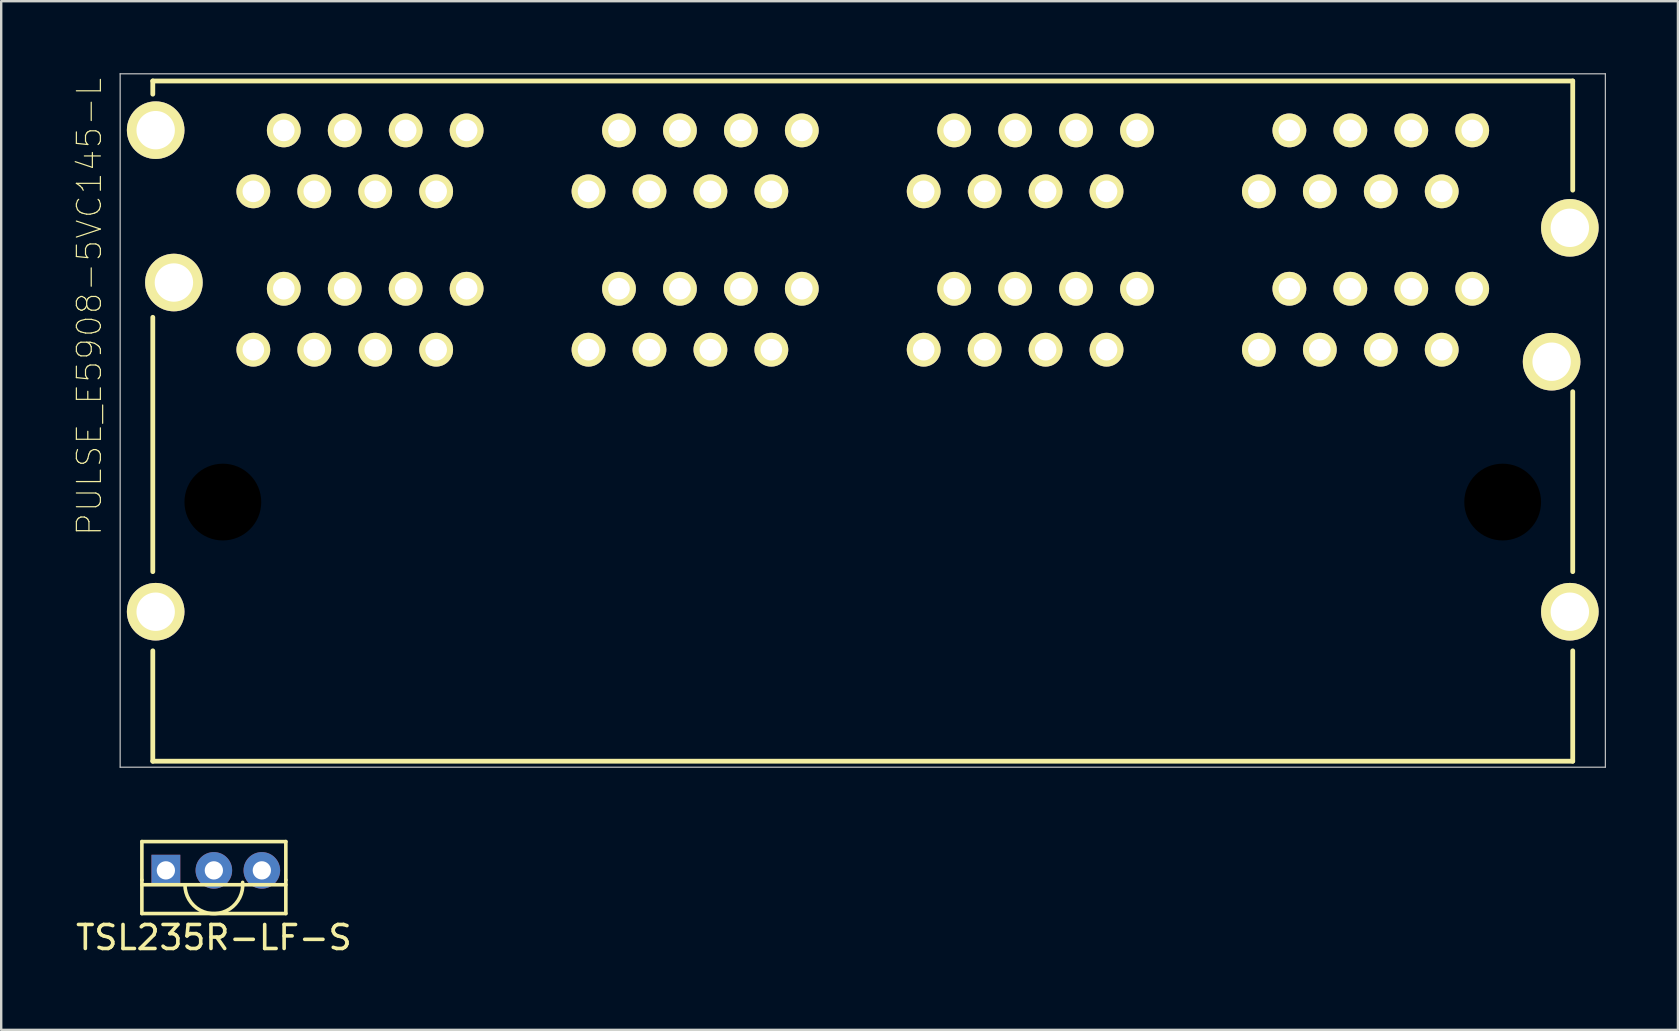
<source format=kicad_pcb>
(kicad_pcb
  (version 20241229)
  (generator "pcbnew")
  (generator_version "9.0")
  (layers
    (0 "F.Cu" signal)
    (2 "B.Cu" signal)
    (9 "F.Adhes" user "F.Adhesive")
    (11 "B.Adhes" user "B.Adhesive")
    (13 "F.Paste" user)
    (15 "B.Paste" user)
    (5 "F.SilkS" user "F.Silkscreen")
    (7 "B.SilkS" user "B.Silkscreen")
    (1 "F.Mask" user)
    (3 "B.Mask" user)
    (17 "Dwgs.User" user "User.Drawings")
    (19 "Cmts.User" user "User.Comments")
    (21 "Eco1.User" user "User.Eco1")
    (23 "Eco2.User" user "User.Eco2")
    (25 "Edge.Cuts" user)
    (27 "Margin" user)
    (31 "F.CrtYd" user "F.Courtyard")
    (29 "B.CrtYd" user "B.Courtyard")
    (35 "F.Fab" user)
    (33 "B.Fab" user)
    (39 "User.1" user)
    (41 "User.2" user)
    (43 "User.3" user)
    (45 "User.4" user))
  (footprint "TSL235R-LF-S"
    (layer "F.Cu")
    (at 5.863 33.225)
    (property "Reference" "TSL235R-LF-S" (at 0 2.8 0) (layer "F.SilkS") (effects (font (size 1 1) (thickness 0.15))))
    (attr through_hole)
    (fp_line (start -3 -1.2) (end 3 -1.2) (stroke (width 0.15) (type solid)) (layer "F.SilkS"))
    (fp_line (start -3 0.4) (end -3 -1.2) (stroke (width 0.15) (type solid)) (layer "F.SilkS"))
    (fp_line (start -3 0.6) (end 3 0.6) (stroke (width 0.15) (type solid)) (layer "F.SilkS"))
    (fp_line (start -3 1.8) (end -3 0.4) (stroke (width 0.15) (type solid)) (layer "F.SilkS"))
    (fp_line (start 3 -1.2) (end 3 0.4) (stroke (width 0.15) (type solid)) (layer "F.SilkS"))
    (fp_line (start 3 0.4) (end 3 1.8) (stroke (width 0.15) (type solid)) (layer "F.SilkS"))
    (fp_line (start 3 1.8) (end -3 1.8) (stroke (width 0.15) (type solid)) (layer "F.SilkS"))
    (fp_arc (start 1.2 0.5) (mid 0.050043 1.803119) (end -1.204159 0.6) (stroke (width 0.15) (type solid)) (layer "F.SilkS"))
    (pad "1" thru_hole rect (at -2 0) (size 1.2 1.3) (drill 0.762) (layers "*.Cu" "*.Mask"))
    (pad "2" thru_hole circle (at 0 0) (size 1.524 1.524) (drill 0.762) (layers "*.Cu" "*.Mask"))
    (pad "3" thru_hole circle (at 2 0) (size 1.524 1.524) (drill 0.762) (layers "*.Cu" "*.Mask")))
  (footprint "PULSE_E5908-5VC145-L"
    (layer "F.Cu")
    (at 32.908 17.875)
    (property "Reference" "PULSE_E5908-5VC145-L" (at -32.235 -8.14 90) (layer "F.SilkS") (effects (font (size 1 1) (thickness 0.05))))
    (attr through_hole)
    (fp_line (start -29.59 -17.55) (end -29.59 -17) (stroke (width 0.2) (type solid)) (layer "F.SilkS"))
    (fp_line (start -29.59 -17.55) (end 29.59 -17.55) (stroke (width 0.2) (type solid)) (layer "F.SilkS"))
    (fp_line (start -29.59 -7.7) (end -29.59 2.9) (stroke (width 0.2) (type solid)) (layer "F.SilkS"))
    (fp_line (start -29.59 10.8) (end -29.59 6.2) (stroke (width 0.2) (type solid)) (layer "F.SilkS"))
    (fp_line (start 29.59 -17.55) (end 29.59 -13) (stroke (width 0.2) (type solid)) (layer "F.SilkS"))
    (fp_line (start 29.59 -4.6) (end 29.59 2.9) (stroke (width 0.2) (type solid)) (layer "F.SilkS"))
    (fp_line (start 29.59 10.8) (end -29.59 10.8) (stroke (width 0.2) (type solid)) (layer "F.SilkS"))
    (fp_line (start 29.59 10.8) (end 29.59 6.2) (stroke (width 0.2) (type solid)) (layer "F.SilkS"))
    (fp_line (start -30.95 -17.85) (end 30.95 -17.85) (stroke (width 0.05) (type solid)) (layer "Dwgs.User"))
    (fp_line (start -30.95 11.05) (end -30.95 -17.85) (stroke (width 0.05) (type solid)) (layer "Dwgs.User"))
    (fp_line (start 30.95 -17.85) (end 30.95 11.05) (stroke (width 0.05) (type solid)) (layer "Dwgs.User"))
    (fp_line (start 30.95 11.05) (end -30.95 11.05) (stroke (width 0.05) (type solid)) (layer "Dwgs.User"))
    (pad "" np_thru_hole circle (at -26.67 0) (size 3.2 3.2) (drill 3.2) (layers))
    (pad "" np_thru_hole circle (at 26.67 0) (size 3.2 3.2) (drill 3.2) (layers))
    (pad "A1" thru_hole circle (at -16.51 -15.49) (size 1.408 1.408) (drill 0.9) (layers "*.Cu" "*.Mask" "F.SilkS"))
    (pad "A2" thru_hole circle (at -17.78 -12.95) (size 1.408 1.408) (drill 0.9) (layers "*.Cu" "*.Mask" "F.SilkS"))
    (pad "A3" thru_hole circle (at -19.05 -15.49) (size 1.408 1.408) (drill 0.9) (layers "*.Cu" "*.Mask" "F.SilkS"))
    (pad "A4" thru_hole circle (at -20.32 -12.95) (size 1.408 1.408) (drill 0.9) (layers "*.Cu" "*.Mask" "F.SilkS"))
    (pad "A5" thru_hole circle (at -21.59 -15.49) (size 1.408 1.408) (drill 0.9) (layers "*.Cu" "*.Mask" "F.SilkS"))
    (pad "A6" thru_hole circle (at -22.86 -12.95) (size 1.408 1.408) (drill 0.9) (layers "*.Cu" "*.Mask" "F.SilkS"))
    (pad "A7" thru_hole circle (at -24.13 -15.49) (size 1.408 1.408) (drill 0.9) (layers "*.Cu" "*.Mask" "F.SilkS"))
    (pad "A8" thru_hole circle (at -25.4 -12.95) (size 1.408 1.408) (drill 0.9) (layers "*.Cu" "*.Mask" "F.SilkS"))
    (pad "B1" thru_hole circle (at -25.4 -6.35) (size 1.408 1.408) (drill 0.9) (layers "*.Cu" "*.Mask" "F.SilkS"))
    (pad "B2" thru_hole circle (at -24.13 -8.89) (size 1.408 1.408) (drill 0.9) (layers "*.Cu" "*.Mask" "F.SilkS"))
    (pad "B3" thru_hole circle (at -22.86 -6.35) (size 1.408 1.408) (drill 0.9) (layers "*.Cu" "*.Mask" "F.SilkS"))
    (pad "B4" thru_hole circle (at -21.59 -8.89) (size 1.408 1.408) (drill 0.9) (layers "*.Cu" "*.Mask" "F.SilkS"))
    (pad "B5" thru_hole circle (at -20.32 -6.35) (size 1.408 1.408) (drill 0.9) (layers "*.Cu" "*.Mask" "F.SilkS"))
    (pad "B6" thru_hole circle (at -19.05 -8.89) (size 1.408 1.408) (drill 0.9) (layers "*.Cu" "*.Mask" "F.SilkS"))
    (pad "B7" thru_hole circle (at -17.78 -6.35) (size 1.408 1.408) (drill 0.9) (layers "*.Cu" "*.Mask" "F.SilkS"))
    (pad "B8" thru_hole circle (at -16.51 -8.89) (size 1.408 1.408) (drill 0.9) (layers "*.Cu" "*.Mask" "F.SilkS"))
    (pad "C1" thru_hole circle (at -2.54 -15.49) (size 1.408 1.408) (drill 0.9) (layers "*.Cu" "*.Mask" "F.SilkS"))
    (pad "C2" thru_hole circle (at -3.81 -12.95) (size 1.408 1.408) (drill 0.9) (layers "*.Cu" "*.Mask" "F.SilkS"))
    (pad "C3" thru_hole circle (at -5.08 -15.49) (size 1.408 1.408) (drill 0.9) (layers "*.Cu" "*.Mask" "F.SilkS"))
    (pad "C4" thru_hole circle (at -6.35 -12.95) (size 1.408 1.408) (drill 0.9) (layers "*.Cu" "*.Mask" "F.SilkS"))
    (pad "C5" thru_hole circle (at -7.62 -15.49) (size 1.408 1.408) (drill 0.9) (layers "*.Cu" "*.Mask" "F.SilkS"))
    (pad "C6" thru_hole circle (at -8.89 -12.95) (size 1.408 1.408) (drill 0.9) (layers "*.Cu" "*.Mask" "F.SilkS"))
    (pad "C7" thru_hole circle (at -10.16 -15.49) (size 1.408 1.408) (drill 0.9) (layers "*.Cu" "*.Mask" "F.SilkS"))
    (pad "C8" thru_hole circle (at -11.43 -12.95) (size 1.408 1.408) (drill 0.9) (layers "*.Cu" "*.Mask" "F.SilkS"))
    (pad "D1" thru_hole circle (at -11.43 -6.35) (size 1.408 1.408) (drill 0.9) (layers "*.Cu" "*.Mask" "F.SilkS"))
    (pad "D2" thru_hole circle (at -10.16 -8.89) (size 1.408 1.408) (drill 0.9) (layers "*.Cu" "*.Mask" "F.SilkS"))
    (pad "D3" thru_hole circle (at -8.89 -6.35) (size 1.408 1.408) (drill 0.9) (layers "*.Cu" "*.Mask" "F.SilkS"))
    (pad "D4" thru_hole circle (at -7.62 -8.89) (size 1.408 1.408) (drill 0.9) (layers "*.Cu" "*.Mask" "F.SilkS"))
    (pad "D5" thru_hole circle (at -6.35 -6.35) (size 1.408 1.408) (drill 0.9) (layers "*.Cu" "*.Mask" "F.SilkS"))
    (pad "D6" thru_hole circle (at -5.08 -8.89) (size 1.408 1.408) (drill 0.9) (layers "*.Cu" "*.Mask" "F.SilkS"))
    (pad "D7" thru_hole circle (at -3.81 -6.35) (size 1.408 1.408) (drill 0.9) (layers "*.Cu" "*.Mask" "F.SilkS"))
    (pad "D8" thru_hole circle (at -2.54 -8.89) (size 1.408 1.408) (drill 0.9) (layers "*.Cu" "*.Mask" "F.SilkS"))
    (pad "E1" thru_hole circle (at 11.43 -15.49) (size 1.408 1.408) (drill 0.9) (layers "*.Cu" "*.Mask" "F.SilkS"))
    (pad "E2" thru_hole circle (at 10.16 -12.95) (size 1.408 1.408) (drill 0.9) (layers "*.Cu" "*.Mask" "F.SilkS"))
    (pad "E3" thru_hole circle (at 8.89 -15.49) (size 1.408 1.408) (drill 0.9) (layers "*.Cu" "*.Mask" "F.SilkS"))
    (pad "E4" thru_hole circle (at 7.62 -12.95) (size 1.408 1.408) (drill 0.9) (layers "*.Cu" "*.Mask" "F.SilkS"))
    (pad "E5" thru_hole circle (at 6.35 -15.49) (size 1.408 1.408) (drill 0.9) (layers "*.Cu" "*.Mask" "F.SilkS"))
    (pad "E6" thru_hole circle (at 5.08 -12.95) (size 1.408 1.408) (drill 0.9) (layers "*.Cu" "*.Mask" "F.SilkS"))
    (pad "E7" thru_hole circle (at 3.81 -15.49) (size 1.408 1.408) (drill 0.9) (layers "*.Cu" "*.Mask" "F.SilkS"))
    (pad "E8" thru_hole circle (at 2.54 -12.95) (size 1.408 1.408) (drill 0.9) (layers "*.Cu" "*.Mask" "F.SilkS"))
    (pad "F1" thru_hole circle (at 2.54 -6.35) (size 1.408 1.408) (drill 0.9) (layers "*.Cu" "*.Mask" "F.SilkS"))
    (pad "F2" thru_hole circle (at 3.81 -8.89) (size 1.408 1.408) (drill 0.9) (layers "*.Cu" "*.Mask" "F.SilkS"))
    (pad "F3" thru_hole circle (at 5.08 -6.35) (size 1.408 1.408) (drill 0.9) (layers "*.Cu" "*.Mask" "F.SilkS"))
    (pad "F4" thru_hole circle (at 6.35 -8.89) (size 1.408 1.408) (drill 0.9) (layers "*.Cu" "*.Mask" "F.SilkS"))
    (pad "F5" thru_hole circle (at 7.62 -6.35) (size 1.408 1.408) (drill 0.9) (layers "*.Cu" "*.Mask" "F.SilkS"))
    (pad "F6" thru_hole circle (at 8.89 -8.89) (size 1.408 1.408) (drill 0.9) (layers "*.Cu" "*.Mask" "F.SilkS"))
    (pad "F7" thru_hole circle (at 10.16 -6.35) (size 1.408 1.408) (drill 0.9) (layers "*.Cu" "*.Mask" "F.SilkS"))
    (pad "F8" thru_hole circle (at 11.43 -8.89) (size 1.408 1.408) (drill 0.9) (layers "*.Cu" "*.Mask" "F.SilkS"))
    (pad "G1" thru_hole circle (at 25.4 -15.49) (size 1.408 1.408) (drill 0.9) (layers "*.Cu" "*.Mask" "F.SilkS"))
    (pad "G2" thru_hole circle (at 24.13 -12.95) (size 1.408 1.408) (drill 0.9) (layers "*.Cu" "*.Mask" "F.SilkS"))
    (pad "G3" thru_hole circle (at 22.86 -15.49) (size 1.408 1.408) (drill 0.9) (layers "*.Cu" "*.Mask" "F.SilkS"))
    (pad "G4" thru_hole circle (at 21.59 -12.95) (size 1.408 1.408) (drill 0.9) (layers "*.Cu" "*.Mask" "F.SilkS"))
    (pad "G5" thru_hole circle (at 20.32 -15.49) (size 1.408 1.408) (drill 0.9) (layers "*.Cu" "*.Mask" "F.SilkS"))
    (pad "G6" thru_hole circle (at 19.05 -12.95) (size 1.408 1.408) (drill 0.9) (layers "*.Cu" "*.Mask" "F.SilkS"))
    (pad "G7" thru_hole circle (at 17.78 -15.49) (size 1.408 1.408) (drill 0.9) (layers "*.Cu" "*.Mask" "F.SilkS"))
    (pad "G8" thru_hole circle (at 16.51 -12.95) (size 1.408 1.408) (drill 0.9) (layers "*.Cu" "*.Mask" "F.SilkS"))
    (pad "H1" thru_hole circle (at 16.51 -6.35) (size 1.408 1.408) (drill 0.9) (layers "*.Cu" "*.Mask" "F.SilkS"))
    (pad "H2" thru_hole circle (at 17.78 -8.89) (size 1.408 1.408) (drill 0.9) (layers "*.Cu" "*.Mask" "F.SilkS"))
    (pad "H3" thru_hole circle (at 19.05 -6.35) (size 1.408 1.408) (drill 0.9) (layers "*.Cu" "*.Mask" "F.SilkS"))
    (pad "H4" thru_hole circle (at 20.32 -8.89) (size 1.408 1.408) (drill 0.9) (layers "*.Cu" "*.Mask" "F.SilkS"))
    (pad "H5" thru_hole circle (at 21.59 -6.35) (size 1.408 1.408) (drill 0.9) (layers "*.Cu" "*.Mask" "F.SilkS"))
    (pad "H6" thru_hole circle (at 22.86 -8.89) (size 1.408 1.408) (drill 0.9) (layers "*.Cu" "*.Mask" "F.SilkS"))
    (pad "H7" thru_hole circle (at 24.13 -6.35) (size 1.408 1.408) (drill 0.9) (layers "*.Cu" "*.Mask" "F.SilkS"))
    (pad "H8" thru_hole circle (at 25.4 -8.89) (size 1.408 1.408) (drill 0.9) (layers "*.Cu" "*.Mask" "F.SilkS"))
    (pad "P1" thru_hole circle (at -29.47 -15.5) (size 2.4 2.4) (drill 1.6) (layers "*.Cu" "*.Mask" "F.SilkS"))
    (pad "P2" thru_hole circle (at -28.71 -9.15) (size 2.4 2.4) (drill 1.6) (layers "*.Cu" "*.Mask" "F.SilkS"))
    (pad "P3" thru_hole circle (at -29.47 4.57) (size 2.4 2.4) (drill 1.6) (layers "*.Cu" "*.Mask" "F.SilkS"))
    (pad "P4" thru_hole circle (at 29.47 -11.43) (size 2.4 2.4) (drill 1.6) (layers "*.Cu" "*.Mask" "F.SilkS"))
    (pad "P5" thru_hole circle (at 28.71 -5.85) (size 2.4 2.4) (drill 1.6) (layers "*.Cu" "*.Mask" "F.SilkS"))
    (pad "P6" thru_hole circle (at 29.47 4.57) (size 2.4 2.4) (drill 1.6) (layers "*.Cu" "*.Mask" "F.SilkS")))
  (gr_rect
    (start -3 -3)
    (end 66.883 39.873)
    (stroke (width 0.1) (type default))
    (fill no)
    (layer "Edge.Cuts")))
</source>
